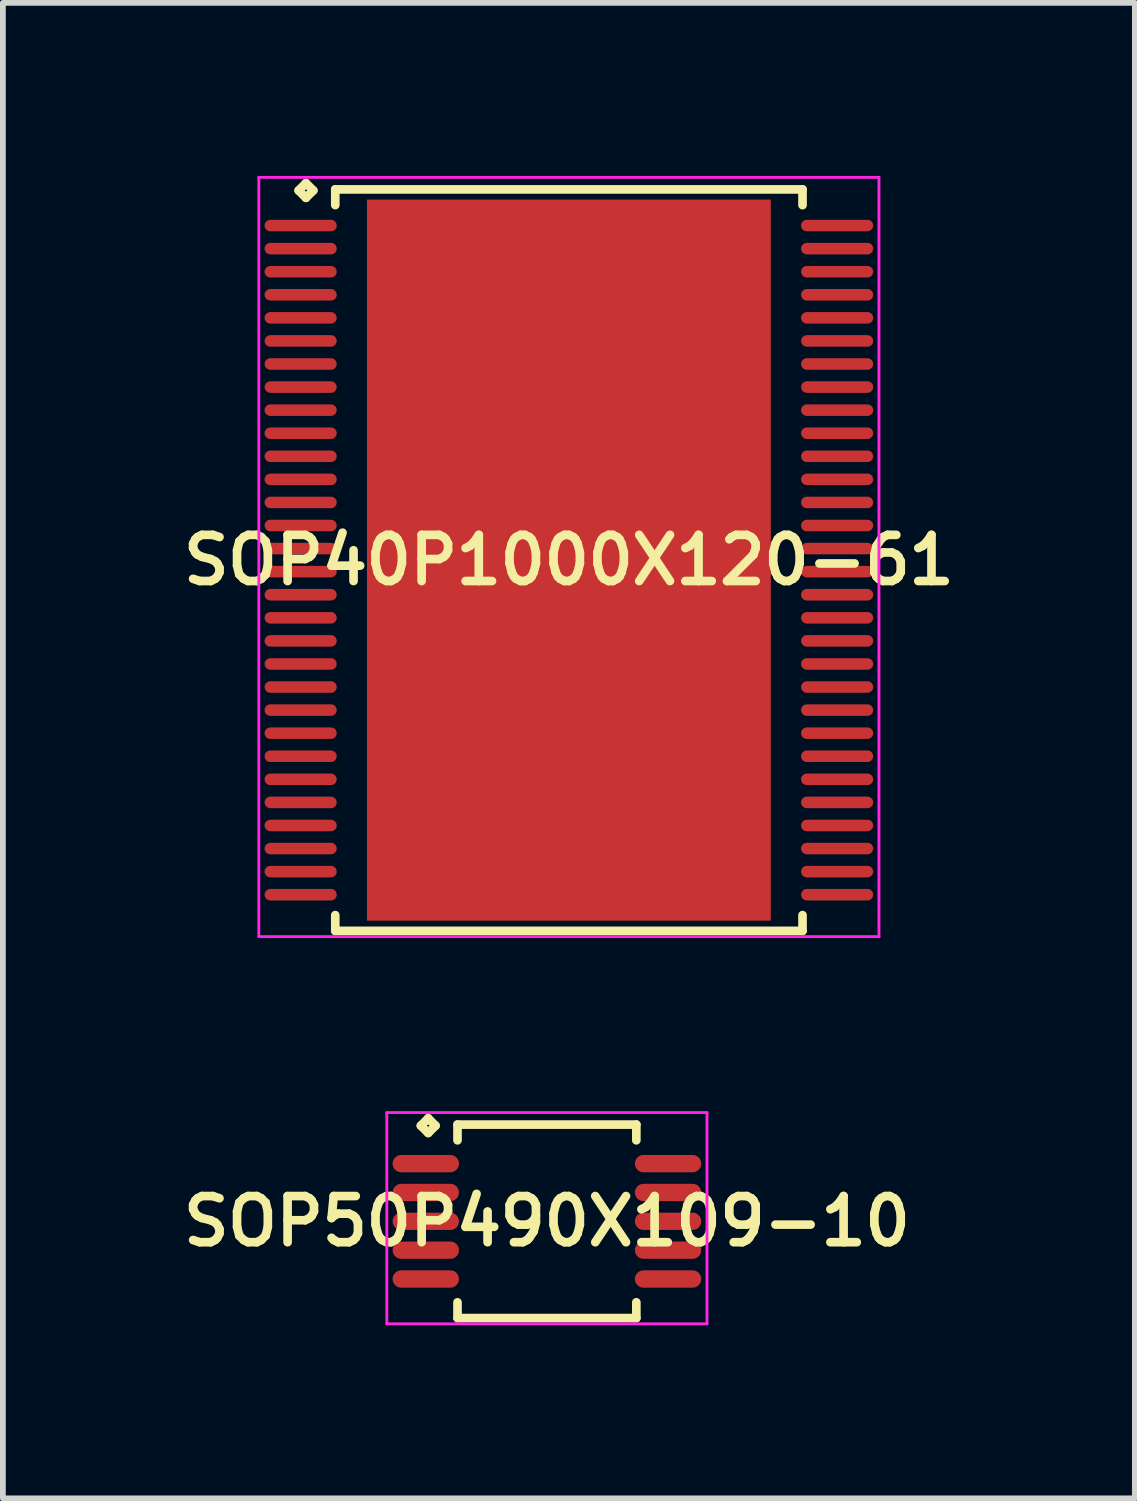
<source format=kicad_pcb>
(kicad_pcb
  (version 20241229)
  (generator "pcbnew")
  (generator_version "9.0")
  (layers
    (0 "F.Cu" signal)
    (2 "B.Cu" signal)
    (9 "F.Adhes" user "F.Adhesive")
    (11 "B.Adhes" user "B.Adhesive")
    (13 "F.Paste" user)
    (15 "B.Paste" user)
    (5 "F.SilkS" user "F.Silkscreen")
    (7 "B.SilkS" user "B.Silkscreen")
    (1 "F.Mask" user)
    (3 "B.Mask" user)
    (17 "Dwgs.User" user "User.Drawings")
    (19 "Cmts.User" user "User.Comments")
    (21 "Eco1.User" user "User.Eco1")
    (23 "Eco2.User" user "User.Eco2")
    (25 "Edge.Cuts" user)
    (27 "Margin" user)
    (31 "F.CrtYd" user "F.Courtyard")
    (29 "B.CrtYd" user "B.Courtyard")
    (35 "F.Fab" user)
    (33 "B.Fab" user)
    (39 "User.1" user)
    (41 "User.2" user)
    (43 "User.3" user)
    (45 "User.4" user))
  (footprint "SOP40P1000X120-61"
    (layer "F.Cu")
    (at 6.812 6.66)
    (property "Reference" "SOP40P1000X120-61" (at 0 0 0) (layer "F.SilkS") (effects (font (size 0.8 0.8) (thickness 0.15))))
    (attr smd)
    (fp_line (start -4.685 -6.408) (end -4.558 -6.535) (stroke (width 0.15) (type solid)) (layer "F.SilkS"))
    (fp_line (start -4.558 -6.535) (end -4.431 -6.408) (stroke (width 0.15) (type solid)) (layer "F.SilkS"))
    (fp_line (start -4.558 -6.281) (end -4.685 -6.408) (stroke (width 0.15) (type solid)) (layer "F.SilkS"))
    (fp_line (start -4.431 -6.408) (end -4.558 -6.281) (stroke (width 0.15) (type solid)) (layer "F.SilkS"))
    (fp_line (start -4.05 -6.427) (end 4.05 -6.427) (stroke (width 0.15) (type solid)) (layer "F.SilkS"))
    (fp_line (start -4.05 -6.154) (end -4.05 -6.427) (stroke (width 0.15) (type solid)) (layer "F.SilkS"))
    (fp_line (start -4.05 6.154) (end -4.05 6.427) (stroke (width 0.15) (type solid)) (layer "F.SilkS"))
    (fp_line (start -4.05 6.427) (end 4.05 6.427) (stroke (width 0.15) (type solid)) (layer "F.SilkS"))
    (fp_line (start 4.05 -6.427) (end 4.05 -6.154) (stroke (width 0.15) (type solid)) (layer "F.SilkS"))
    (fp_line (start 4.05 6.427) (end 4.05 6.154) (stroke (width 0.15) (type solid)) (layer "F.SilkS"))
    (fp_line (start -5.375 -6.635) (end 5.375 -6.635) (stroke (width 0.05) (type solid)) (layer "F.CrtYd"))
    (fp_line (start -5.375 6.527) (end -5.375 -6.635) (stroke (width 0.05) (type solid)) (layer "F.CrtYd"))
    (fp_line (start 5.375 -6.635) (end 5.375 6.527) (stroke (width 0.05) (type solid)) (layer "F.CrtYd"))
    (fp_line (start 5.375 6.527) (end -5.375 6.527) (stroke (width 0.05) (type solid)) (layer "F.CrtYd"))
    (pad "1" smd oval (at -4.65 -5.8) (size 1.25 0.2) (layers "F.Cu" "F.Mask" "F.Paste"))
    (pad "2" smd oval (at -4.65 -5.4) (size 1.25 0.2) (layers "F.Cu" "F.Mask" "F.Paste"))
    (pad "3" smd oval (at -4.65 -5) (size 1.25 0.2) (layers "F.Cu" "F.Mask" "F.Paste"))
    (pad "4" smd oval (at -4.65 -4.6) (size 1.25 0.2) (layers "F.Cu" "F.Mask" "F.Paste"))
    (pad "5" smd oval (at -4.65 -4.2) (size 1.25 0.2) (layers "F.Cu" "F.Mask" "F.Paste"))
    (pad "6" smd oval (at -4.65 -3.8) (size 1.25 0.2) (layers "F.Cu" "F.Mask" "F.Paste"))
    (pad "7" smd oval (at -4.65 -3.4) (size 1.25 0.2) (layers "F.Cu" "F.Mask" "F.Paste"))
    (pad "8" smd oval (at -4.65 -3) (size 1.25 0.2) (layers "F.Cu" "F.Mask" "F.Paste"))
    (pad "9" smd oval (at -4.65 -2.6) (size 1.25 0.2) (layers "F.Cu" "F.Mask" "F.Paste"))
    (pad "10" smd oval (at -4.65 -2.2) (size 1.25 0.2) (layers "F.Cu" "F.Mask" "F.Paste"))
    (pad "11" smd oval (at -4.65 -1.8) (size 1.25 0.2) (layers "F.Cu" "F.Mask" "F.Paste"))
    (pad "12" smd oval (at -4.65 -1.4) (size 1.25 0.2) (layers "F.Cu" "F.Mask" "F.Paste"))
    (pad "13" smd oval (at -4.65 -1) (size 1.25 0.2) (layers "F.Cu" "F.Mask" "F.Paste"))
    (pad "14" smd oval (at -4.65 -0.6) (size 1.25 0.2) (layers "F.Cu" "F.Mask" "F.Paste"))
    (pad "15" smd oval (at -4.65 -0.2) (size 1.25 0.2) (layers "F.Cu" "F.Mask" "F.Paste"))
    (pad "16" smd oval (at -4.65 0.2) (size 1.25 0.2) (layers "F.Cu" "F.Mask" "F.Paste"))
    (pad "17" smd oval (at -4.65 0.6) (size 1.25 0.2) (layers "F.Cu" "F.Mask" "F.Paste"))
    (pad "18" smd oval (at -4.65 1) (size 1.25 0.2) (layers "F.Cu" "F.Mask" "F.Paste"))
    (pad "19" smd oval (at -4.65 1.4) (size 1.25 0.2) (layers "F.Cu" "F.Mask" "F.Paste"))
    (pad "20" smd oval (at -4.65 1.8) (size 1.25 0.2) (layers "F.Cu" "F.Mask" "F.Paste"))
    (pad "21" smd oval (at -4.65 2.2) (size 1.25 0.2) (layers "F.Cu" "F.Mask" "F.Paste"))
    (pad "22" smd oval (at -4.65 2.6) (size 1.25 0.2) (layers "F.Cu" "F.Mask" "F.Paste"))
    (pad "23" smd oval (at -4.65 3) (size 1.25 0.2) (layers "F.Cu" "F.Mask" "F.Paste"))
    (pad "24" smd oval (at -4.65 3.4) (size 1.25 0.2) (layers "F.Cu" "F.Mask" "F.Paste"))
    (pad "25" smd oval (at -4.65 3.8) (size 1.25 0.2) (layers "F.Cu" "F.Mask" "F.Paste"))
    (pad "26" smd oval (at -4.65 4.2) (size 1.25 0.2) (layers "F.Cu" "F.Mask" "F.Paste"))
    (pad "27" smd oval (at -4.65 4.6) (size 1.25 0.2) (layers "F.Cu" "F.Mask" "F.Paste"))
    (pad "28" smd oval (at -4.65 5) (size 1.25 0.2) (layers "F.Cu" "F.Mask" "F.Paste"))
    (pad "29" smd oval (at -4.65 5.4) (size 1.25 0.2) (layers "F.Cu" "F.Mask" "F.Paste"))
    (pad "30" smd oval (at -4.65 5.8) (size 1.25 0.2) (layers "F.Cu" "F.Mask" "F.Paste"))
    (pad "31" smd oval (at 4.65 5.8) (size 1.25 0.2) (layers "F.Cu" "F.Mask" "F.Paste"))
    (pad "32" smd oval (at 4.65 5.4) (size 1.25 0.2) (layers "F.Cu" "F.Mask" "F.Paste"))
    (pad "33" smd oval (at 4.65 5) (size 1.25 0.2) (layers "F.Cu" "F.Mask" "F.Paste"))
    (pad "34" smd oval (at 4.65 4.6) (size 1.25 0.2) (layers "F.Cu" "F.Mask" "F.Paste"))
    (pad "35" smd oval (at 4.65 4.2) (size 1.25 0.2) (layers "F.Cu" "F.Mask" "F.Paste"))
    (pad "36" smd oval (at 4.65 3.8) (size 1.25 0.2) (layers "F.Cu" "F.Mask" "F.Paste"))
    (pad "37" smd oval (at 4.65 3.4) (size 1.25 0.2) (layers "F.Cu" "F.Mask" "F.Paste"))
    (pad "38" smd oval (at 4.65 3) (size 1.25 0.2) (layers "F.Cu" "F.Mask" "F.Paste"))
    (pad "39" smd oval (at 4.65 2.6) (size 1.25 0.2) (layers "F.Cu" "F.Mask" "F.Paste"))
    (pad "40" smd oval (at 4.65 2.2) (size 1.25 0.2) (layers "F.Cu" "F.Mask" "F.Paste"))
    (pad "41" smd oval (at 4.65 1.8) (size 1.25 0.2) (layers "F.Cu" "F.Mask" "F.Paste"))
    (pad "42" smd oval (at 4.65 1.4) (size 1.25 0.2) (layers "F.Cu" "F.Mask" "F.Paste"))
    (pad "43" smd oval (at 4.65 1) (size 1.25 0.2) (layers "F.Cu" "F.Mask" "F.Paste"))
    (pad "44" smd oval (at 4.65 0.6) (size 1.25 0.2) (layers "F.Cu" "F.Mask" "F.Paste"))
    (pad "45" smd oval (at 4.65 0.2) (size 1.25 0.2) (layers "F.Cu" "F.Mask" "F.Paste"))
    (pad "46" smd oval (at 4.65 -0.2) (size 1.25 0.2) (layers "F.Cu" "F.Mask" "F.Paste"))
    (pad "47" smd oval (at 4.65 -0.6) (size 1.25 0.2) (layers "F.Cu" "F.Mask" "F.Paste"))
    (pad "48" smd oval (at 4.65 -1) (size 1.25 0.2) (layers "F.Cu" "F.Mask" "F.Paste"))
    (pad "49" smd oval (at 4.65 -1.4) (size 1.25 0.2) (layers "F.Cu" "F.Mask" "F.Paste"))
    (pad "50" smd oval (at 4.65 -1.8) (size 1.25 0.2) (layers "F.Cu" "F.Mask" "F.Paste"))
    (pad "51" smd oval (at 4.65 -2.2) (size 1.25 0.2) (layers "F.Cu" "F.Mask" "F.Paste"))
    (pad "52" smd oval (at 4.65 -2.6) (size 1.25 0.2) (layers "F.Cu" "F.Mask" "F.Paste"))
    (pad "53" smd oval (at 4.65 -3) (size 1.25 0.2) (layers "F.Cu" "F.Mask" "F.Paste"))
    (pad "54" smd oval (at 4.65 -3.4) (size 1.25 0.2) (layers "F.Cu" "F.Mask" "F.Paste"))
    (pad "55" smd oval (at 4.65 -3.8) (size 1.25 0.2) (layers "F.Cu" "F.Mask" "F.Paste"))
    (pad "56" smd oval (at 4.65 -4.2) (size 1.25 0.2) (layers "F.Cu" "F.Mask" "F.Paste"))
    (pad "57" smd oval (at 4.65 -4.6) (size 1.25 0.2) (layers "F.Cu" "F.Mask" "F.Paste"))
    (pad "58" smd oval (at 4.65 -5) (size 1.25 0.2) (layers "F.Cu" "F.Mask" "F.Paste"))
    (pad "59" smd oval (at 4.65 -5.4) (size 1.25 0.2) (layers "F.Cu" "F.Mask" "F.Paste"))
    (pad "60" smd oval (at 4.65 -5.8) (size 1.25 0.2) (layers "F.Cu" "F.Mask" "F.Paste"))
    (pad "61" smd rect (at 0 0) (size 7 12.5) (layers "F.Cu" "F.Mask" "F.Paste")))
  (footprint "SOP50P490X109-10"
    (layer "F.Cu")
    (at 6.431 18.122)
    (property "Reference" "SOP50P490X109-10" (at 0 0 0) (layer "F.SilkS") (effects (font (size 0.8 0.8) (thickness 0.15))))
    (attr smd)
    (fp_line (start -2.185 -1.658) (end -2.058 -1.785) (stroke (width 0.15) (type solid)) (layer "F.SilkS"))
    (fp_line (start -2.058 -1.785) (end -1.931 -1.658) (stroke (width 0.15) (type solid)) (layer "F.SilkS"))
    (fp_line (start -2.058 -1.531) (end -2.185 -1.658) (stroke (width 0.15) (type solid)) (layer "F.SilkS"))
    (fp_line (start -1.931 -1.658) (end -2.058 -1.531) (stroke (width 0.15) (type solid)) (layer "F.SilkS"))
    (fp_line (start -1.55 -1.677) (end 1.55 -1.677) (stroke (width 0.15) (type solid)) (layer "F.SilkS"))
    (fp_line (start -1.55 -1.404) (end -1.55 -1.677) (stroke (width 0.15) (type solid)) (layer "F.SilkS"))
    (fp_line (start -1.55 1.404) (end -1.55 1.677) (stroke (width 0.15) (type solid)) (layer "F.SilkS"))
    (fp_line (start -1.55 1.677) (end 1.55 1.677) (stroke (width 0.15) (type solid)) (layer "F.SilkS"))
    (fp_line (start 1.55 -1.677) (end 1.55 -1.404) (stroke (width 0.15) (type solid)) (layer "F.SilkS"))
    (fp_line (start 1.55 1.677) (end 1.55 1.404) (stroke (width 0.15) (type solid)) (layer "F.SilkS"))
    (fp_line (start -2.775 -1.885) (end 2.775 -1.885) (stroke (width 0.05) (type solid)) (layer "F.CrtYd"))
    (fp_line (start -2.775 1.777) (end -2.775 -1.885) (stroke (width 0.05) (type solid)) (layer "F.CrtYd"))
    (fp_line (start 2.775 -1.885) (end 2.775 1.777) (stroke (width 0.05) (type solid)) (layer "F.CrtYd"))
    (fp_line (start 2.775 1.777) (end -2.775 1.777) (stroke (width 0.05) (type solid)) (layer "F.CrtYd"))
    (pad "1" smd oval (at -2.1 -1) (size 1.15 0.3) (layers "F.Cu" "F.Mask" "F.Paste"))
    (pad "2" smd oval (at -2.1 -0.5) (size 1.15 0.3) (layers "F.Cu" "F.Mask" "F.Paste"))
    (pad "3" smd oval (at -2.1 0) (size 1.15 0.3) (layers "F.Cu" "F.Mask" "F.Paste"))
    (pad "4" smd oval (at -2.1 0.5) (size 1.15 0.3) (layers "F.Cu" "F.Mask" "F.Paste"))
    (pad "5" smd oval (at -2.1 1) (size 1.15 0.3) (layers "F.Cu" "F.Mask" "F.Paste"))
    (pad "6" smd oval (at 2.1 1) (size 1.15 0.3) (layers "F.Cu" "F.Mask" "F.Paste"))
    (pad "7" smd oval (at 2.1 0.5) (size 1.15 0.3) (layers "F.Cu" "F.Mask" "F.Paste"))
    (pad "8" smd oval (at 2.1 0) (size 1.15 0.3) (layers "F.Cu" "F.Mask" "F.Paste"))
    (pad "9" smd oval (at 2.1 -0.5) (size 1.15 0.3) (layers "F.Cu" "F.Mask" "F.Paste"))
    (pad "10" smd oval (at 2.1 -1) (size 1.15 0.3) (layers "F.Cu" "F.Mask" "F.Paste")))
  (gr_rect
    (start -3 -3)
    (end 16.623 22.924)
    (stroke (width 0.1) (type default))
    (fill no)
    (layer "Edge.Cuts")))
</source>
